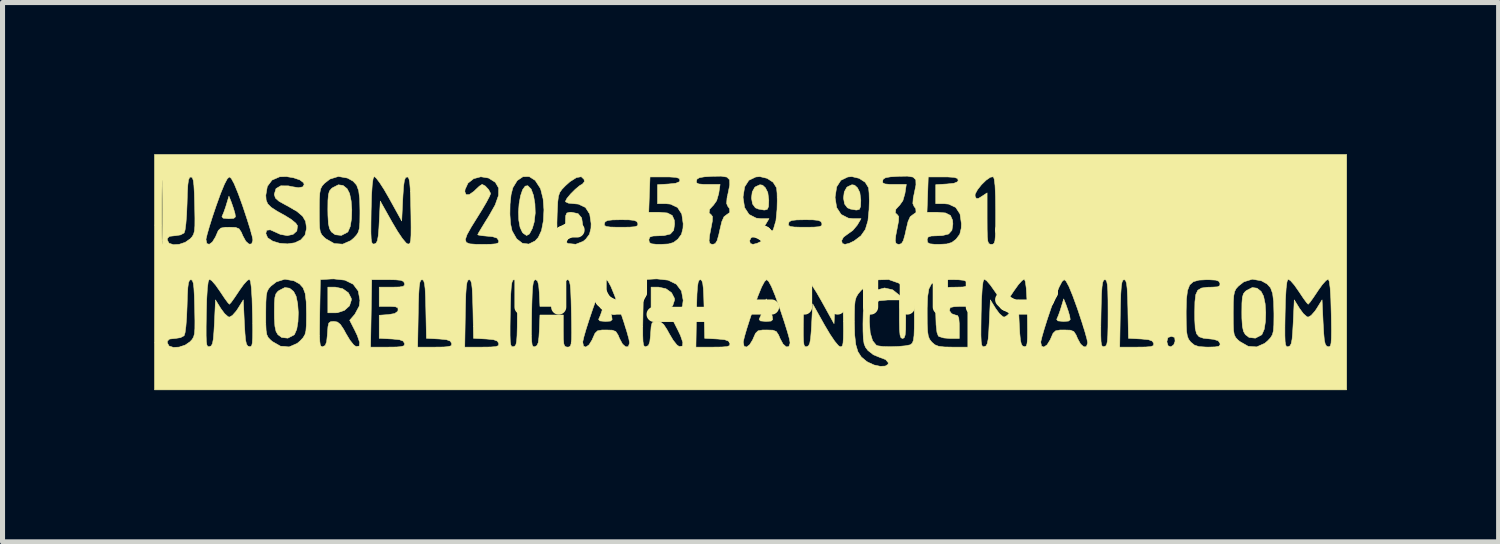
<source format=kicad_pcb>
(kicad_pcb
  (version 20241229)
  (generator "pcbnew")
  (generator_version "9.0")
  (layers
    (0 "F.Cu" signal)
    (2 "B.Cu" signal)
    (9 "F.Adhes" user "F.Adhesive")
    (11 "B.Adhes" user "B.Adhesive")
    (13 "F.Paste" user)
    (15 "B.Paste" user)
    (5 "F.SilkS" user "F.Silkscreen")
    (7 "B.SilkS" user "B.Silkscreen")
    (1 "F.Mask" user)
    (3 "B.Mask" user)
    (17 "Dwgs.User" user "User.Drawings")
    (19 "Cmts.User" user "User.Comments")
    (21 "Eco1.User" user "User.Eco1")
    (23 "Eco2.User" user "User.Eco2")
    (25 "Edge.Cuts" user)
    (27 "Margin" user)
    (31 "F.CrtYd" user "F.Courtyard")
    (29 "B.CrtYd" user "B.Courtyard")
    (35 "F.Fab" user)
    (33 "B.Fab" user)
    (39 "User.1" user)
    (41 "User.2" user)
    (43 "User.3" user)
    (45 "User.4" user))
  (footprint "info_2mm3"
    (layer "F.Cu")
    (at 11.774 2.333)
    (property "Reference" "info_2mm3" (at 0 0 0) (layer "F.SilkS") (effects (font (size 1.524 1.524) (thickness 0.3))))
    (attr through_hole)
    (fp_poly (pts (xy -8.047 0.327) (xy -7.934 0.407) (xy -7.877 0.517) (xy -7.874 0.55) (xy -7.912 0.666) (xy -8.012 0.756) (xy -8.15 0.802) (xy -8.191 0.804) (xy -8.34 0.804) (xy -8.34 0.296) (xy -8.191 0.296) (xy -8.047 0.327)) (stroke (width 0.01) (type solid)) (fill yes) (layer "F.SilkS"))
    (fp_poly (pts (xy -1.654 0.327) (xy -1.542 0.407) (xy -1.485 0.517) (xy -1.482 0.55) (xy -1.52 0.666) (xy -1.62 0.756) (xy -1.758 0.802) (xy -1.799 0.804) (xy -1.947 0.804) (xy -1.947 0.296) (xy -1.799 0.296) (xy -1.654 0.327)) (stroke (width 0.01) (type solid)) (fill yes) (layer "F.SilkS"))
    (fp_poly (pts (xy -10.249 -1.385) (xy -10.205 -1.258) (xy -10.177 -1.162) (xy -10.167 -1.094) (xy -10.2 -1.065) (xy -10.294 -1.058) (xy -10.306 -1.058) (xy -10.41 -1.068) (xy -10.435 -1.099) (xy -10.431 -1.107) (xy -10.401 -1.176) (xy -10.361 -1.289) (xy -10.349 -1.329) (xy -10.296 -1.503) (xy -10.249 -1.385)) (stroke (width 0.01) (type solid)) (fill yes) (layer "F.SilkS"))
    (fp_poly (pts (xy -2.799 0.647) (xy -2.754 0.774) (xy -2.726 0.87) (xy -2.717 0.938) (xy -2.749 0.967) (xy -2.844 0.974) (xy -2.855 0.974) (xy -2.96 0.964) (xy -2.985 0.933) (xy -2.981 0.925) (xy -2.95 0.856) (xy -2.911 0.743) (xy -2.898 0.703) (xy -2.845 0.529) (xy -2.799 0.647)) (stroke (width 0.01) (type solid)) (fill yes) (layer "F.SilkS"))
    (fp_poly (pts (xy 0.376 0.647) (xy 0.421 0.774) (xy 0.449 0.87) (xy 0.458 0.938) (xy 0.426 0.967) (xy 0.331 0.974) (xy 0.32 0.974) (xy 0.215 0.964) (xy 0.19 0.933) (xy 0.194 0.925) (xy 0.225 0.856) (xy 0.264 0.743) (xy 0.277 0.703) (xy 0.33 0.529) (xy 0.376 0.647)) (stroke (width 0.01) (type solid)) (fill yes) (layer "F.SilkS"))
    (fp_poly (pts (xy 6.261 0.647) (xy 6.305 0.774) (xy 6.333 0.87) (xy 6.343 0.938) (xy 6.31 0.967) (xy 6.216 0.974) (xy 6.204 0.974) (xy 6.1 0.964) (xy 6.075 0.933) (xy 6.079 0.925) (xy 6.109 0.856) (xy 6.149 0.743) (xy 6.161 0.703) (xy 6.214 0.529) (xy 6.261 0.647)) (stroke (width 0.01) (type solid)) (fill yes) (layer "F.SilkS"))
    (fp_poly (pts (xy -3.391 -1.158) (xy -3.32 -1.073) (xy -3.302 -0.953) (xy -3.329 -0.814) (xy -3.403 -0.734) (xy -3.471 -0.72) (xy -3.56 -0.748) (xy -3.59 -0.77) (xy -3.622 -0.842) (xy -3.639 -0.96) (xy -3.641 -1.003) (xy -3.636 -1.117) (xy -3.613 -1.17) (xy -3.555 -1.185) (xy -3.522 -1.185) (xy -3.391 -1.158)) (stroke (width 0.01) (type solid)) (fill yes) (layer "F.SilkS"))
    (fp_poly (pts (xy 0.259 -1.72) (xy 0.314 -1.669) (xy 0.362 -1.575) (xy 0.381 -1.428) (xy 0.381 -1.415) (xy 0.376 -1.298) (xy 0.353 -1.244) (xy 0.302 -1.229) (xy 0.286 -1.229) (xy 0.173 -1.249) (xy 0.116 -1.273) (xy 0.06 -1.349) (xy 0.039 -1.466) (xy 0.054 -1.587) (xy 0.103 -1.677) (xy 0.124 -1.692) (xy 0.206 -1.729) (xy 0.259 -1.72)) (stroke (width 0.01) (type solid)) (fill yes) (layer "F.SilkS"))
    (fp_poly (pts (xy 2.079 -1.72) (xy 2.135 -1.669) (xy 2.182 -1.575) (xy 2.201 -1.428) (xy 2.201 -1.415) (xy 2.196 -1.298) (xy 2.174 -1.244) (xy 2.122 -1.229) (xy 2.106 -1.229) (xy 1.994 -1.249) (xy 1.937 -1.273) (xy 1.88 -1.349) (xy 1.859 -1.466) (xy 1.874 -1.587) (xy 1.923 -1.677) (xy 1.945 -1.692) (xy 2.026 -1.729) (xy 2.079 -1.72)) (stroke (width 0.01) (type solid)) (fill yes) (layer "F.SilkS"))
    (fp_poly (pts (xy -4.319 -1.644) (xy -4.272 -1.517) (xy -4.244 -1.351) (xy -4.238 -1.169) (xy -4.258 -0.993) (xy -4.295 -0.866) (xy -4.353 -0.756) (xy -4.409 -0.725) (xy -4.474 -0.768) (xy -4.492 -0.788) (xy -4.538 -0.886) (xy -4.563 -1.025) (xy -4.569 -1.188) (xy -4.557 -1.355) (xy -4.529 -1.509) (xy -4.488 -1.631) (xy -4.436 -1.702) (xy -4.385 -1.71) (xy -4.319 -1.644)) (stroke (width 0.01) (type solid)) (fill yes) (layer "F.SilkS"))
    (fp_poly (pts (xy -9.097 0.317) (xy -9.017 0.381) (xy -8.968 0.475) (xy -8.937 0.623) (xy -8.924 0.799) (xy -8.93 0.976) (xy -8.955 1.129) (xy -8.999 1.231) (xy -9.01 1.242) (xy -9.131 1.305) (xy -9.253 1.291) (xy -9.328 1.235) (xy -9.365 1.171) (xy -9.387 1.069) (xy -9.397 0.911) (xy -9.398 0.793) (xy -9.396 0.613) (xy -9.387 0.498) (xy -9.366 0.427) (xy -9.33 0.382) (xy -9.304 0.362) (xy -9.19 0.304) (xy -9.097 0.317)) (stroke (width 0.01) (type solid)) (fill yes) (layer "F.SilkS"))
    (fp_poly (pts (xy -8.039 -1.715) (xy -7.959 -1.651) (xy -7.91 -1.557) (xy -7.879 -1.409) (xy -7.866 -1.233) (xy -7.872 -1.056) (xy -7.897 -0.903) (xy -7.941 -0.801) (xy -7.951 -0.79) (xy -8.072 -0.727) (xy -8.195 -0.741) (xy -8.27 -0.797) (xy -8.307 -0.861) (xy -8.329 -0.963) (xy -8.338 -1.121) (xy -8.34 -1.239) (xy -8.338 -1.419) (xy -8.328 -1.534) (xy -8.308 -1.605) (xy -8.271 -1.65) (xy -8.246 -1.67) (xy -8.132 -1.728) (xy -8.039 -1.715)) (stroke (width 0.01) (type solid)) (fill yes) (layer "F.SilkS"))
    (fp_poly (pts (xy 10.038 0.317) (xy 10.118 0.381) (xy 10.167 0.475) (xy 10.198 0.623) (xy 10.21 0.799) (xy 10.204 0.976) (xy 10.18 1.129) (xy 10.136 1.231) (xy 10.125 1.242) (xy 10.004 1.305) (xy 9.881 1.291) (xy 9.807 1.235) (xy 9.77 1.171) (xy 9.748 1.069) (xy 9.738 0.911) (xy 9.737 0.793) (xy 9.739 0.613) (xy 9.748 0.498) (xy 9.769 0.427) (xy 9.805 0.382) (xy 9.831 0.362) (xy 9.944 0.304) (xy 10.038 0.317)) (stroke (width 0.01) (type solid)) (fill yes) (layer "F.SilkS"))
    (fp_poly (pts (xy 11.811 2.328) (xy -11.769 2.328) (xy -11.769 1.397) (xy -11.515 1.397) (xy -11.48 1.46) (xy -11.394 1.488) (xy -11.288 1.482) (xy -7.495 1.482) (xy -7.152 1.482) (xy -6.564 1.482) (xy -6.221 1.482) (xy -5.632 1.482) (xy -5.29 1.482) (xy -5.12 1.48) (xy -5.018 1.472) (xy -4.97 1.454) (xy -4.959 1.422) (xy -4.961 1.408) (xy -4.988 1.363) (xy -5.061 1.336) (xy -5.197 1.322) (xy -5.217 1.321) (xy -5.459 1.308) (xy -5.46 1.249) (xy -4.736 1.249) (xy -4.732 1.368) (xy -4.722 1.437) (xy -4.705 1.469) (xy -4.68 1.475) (xy -4.668 1.474) (xy -4.64 1.461) (xy -4.619 1.429) (xy -4.606 1.363) (xy -4.598 1.252) (xy -4.598 1.249) (xy -4.313 1.249) (xy -4.308 1.368) (xy -4.299 1.437) (xy -4.282 1.469) (xy -4.257 1.476) (xy -4.245 1.474) (xy -4.205 1.452) (xy -4.179 1.395) (xy -4.165 1.284) (xy -4.157 1.153) (xy -4.145 0.847) (xy -3.683 0.847) (xy -3.683 1.164) (xy -3.681 1.326) (xy -3.672 1.422) (xy -3.651 1.467) (xy -3.614 1.481) (xy -3.597 1.482) (xy -1.06 1.482) (xy -0.718 1.482) (xy -0.548 1.48) (xy -0.446 1.472) (xy -0.398 1.454) (xy -0.387 1.422) (xy -0.389 1.408) (xy -0.402 1.386) (xy -0.124 1.386) (xy -0.107 1.466) (xy -0.06 1.481) (xy 0.002 1.436) (xy 0.063 1.337) (xy 0.073 1.312) (xy 0.119 1.209) (xy 0.169 1.16) (xy 0.255 1.144) (xy 0.339 1.143) (xy 0.461 1.147) (xy 0.53 1.174) (xy 0.575 1.242) (xy 0.604 1.312) (xy 0.663 1.421) (xy 0.726 1.477) (xy 0.777 1.474) (xy 0.801 1.407) (xy 0.801 1.386) (xy 0.787 1.313) (xy 0.77 1.251) (xy 1.064 1.251) (xy 1.068 1.369) (xy 1.078 1.438) (xy 1.095 1.469) (xy 1.12 1.476) (xy 1.131 1.474) (xy 1.167 1.456) (xy 1.191 1.408) (xy 1.208 1.314) (xy 1.221 1.16) (xy 1.228 1.043) (xy 1.249 0.626) (xy 1.482 1.043) (xy 1.59 1.225) (xy 1.685 1.366) (xy 1.758 1.453) (xy 1.79 1.474) (xy 1.818 1.474) (xy 1.838 1.453) (xy 1.85 1.399) (xy 1.856 1.301) (xy 1.858 1.147) (xy 1.856 0.977) (xy 2.074 0.977) (xy 2.08 1.239) (xy 2.102 1.433) (xy 2.144 1.573) (xy 2.211 1.677) (xy 2.31 1.76) (xy 2.341 1.78) (xy 2.464 1.836) (xy 2.587 1.862) (xy 2.686 1.857) (xy 2.741 1.822) (xy 2.744 1.79) (xy 2.693 1.729) (xy 2.583 1.688) (xy 2.451 1.634) (xy 2.34 1.547) (xy 2.34 1.546) (xy 2.294 1.485) (xy 2.266 1.415) (xy 2.251 1.315) (xy 2.245 1.165) (xy 2.244 1.023) (xy 2.249 0.792) (xy 2.271 0.628) (xy 2.314 0.513) (xy 2.387 0.43) (xy 2.497 0.36) (xy 2.503 0.357) (xy 2.671 0.312) (xy 2.833 0.35) (xy 2.979 0.467) (xy 2.983 0.472) (xy 3.037 0.544) (xy 3.069 0.62) (xy 3.085 0.724) (xy 3.09 0.88) (xy 3.09 0.956) (xy 3.088 1.135) (xy 3.078 1.244) (xy 3.058 1.298) (xy 3.027 1.312) (xy 2.996 1.297) (xy 2.977 1.243) (xy 2.967 1.135) (xy 2.963 0.959) (xy 2.963 0.931) (xy 2.963 0.55) (xy 2.733 0.55) (xy 2.566 0.565) (xy 2.458 0.619) (xy 2.397 0.723) (xy 2.373 0.891) (xy 2.371 0.981) (xy 2.387 1.198) (xy 2.434 1.355) (xy 2.507 1.444) (xy 2.536 1.456) (xy 2.637 1.47) (xy 2.783 1.474) (xy 2.942 1.469) (xy 3.083 1.456) (xy 3.177 1.437) (xy 3.186 1.433) (xy 3.219 1.404) (xy 3.241 1.349) (xy 3.254 1.252) (xy 3.259 1.097) (xy 3.26 0.952) (xy 3.259 0.817) (xy 3.514 0.817) (xy 3.515 1.026) (xy 3.522 1.169) (xy 3.536 1.263) (xy 3.561 1.327) (xy 3.601 1.378) (xy 3.606 1.384) (xy 3.666 1.436) (xy 3.739 1.465) (xy 3.851 1.479) (xy 4.008 1.482) (xy 4.318 1.482) (xy 7.322 1.482) (xy 7.664 1.482) (xy 7.834 1.48) (xy 7.936 1.472) (xy 7.984 1.454) (xy 7.995 1.422) (xy 7.993 1.408) (xy 7.976 1.379) (xy 8.255 1.379) (xy 8.279 1.457) (xy 8.333 1.476) (xy 8.389 1.438) (xy 8.417 1.365) (xy 8.409 1.29) (xy 8.343 1.27) (xy 8.343 1.27) (xy 8.275 1.293) (xy 8.255 1.373) (xy 8.255 1.379) (xy 7.976 1.379) (xy 7.966 1.363) (xy 7.893 1.336) (xy 7.757 1.322) (xy 7.737 1.321) (xy 7.495 1.308) (xy 7.485 0.817) (xy 8.636 0.817) (xy 8.638 1.026) (xy 8.644 1.169) (xy 8.659 1.263) (xy 8.684 1.327) (xy 8.723 1.378) (xy 8.728 1.384) (xy 8.799 1.442) (xy 8.889 1.472) (xy 9.027 1.481) (xy 9.07 1.482) (xy 9.21 1.478) (xy 9.283 1.465) (xy 9.307 1.435) (xy 9.305 1.408) (xy 9.27 1.356) (xy 9.176 1.328) (xy 9.102 1.32) (xy 8.976 1.306) (xy 8.892 1.277) (xy 8.841 1.217) (xy 8.815 1.111) (xy 8.806 0.945) (xy 8.805 0.82) (xy 9.567 0.82) (xy 9.568 1.018) (xy 9.573 1.15) (xy 9.587 1.235) (xy 9.615 1.292) (xy 9.66 1.34) (xy 9.698 1.372) (xy 9.863 1.466) (xy 10.03 1.478) (xy 10.189 1.408) (xy 10.248 1.358) (xy 10.305 1.297) (xy 10.333 1.251) (xy 10.589 1.251) (xy 10.593 1.369) (xy 10.603 1.438) (xy 10.62 1.469) (xy 10.645 1.476) (xy 10.656 1.474) (xy 10.69 1.457) (xy 10.714 1.412) (xy 10.731 1.324) (xy 10.743 1.178) (xy 10.753 1.004) (xy 10.774 0.548) (xy 10.879 0.718) (xy 10.954 0.82) (xy 11.024 0.881) (xy 11.049 0.889) (xy 11.108 0.856) (xy 11.183 0.771) (xy 11.219 0.718) (xy 11.324 0.548) (xy 11.345 1.004) (xy 11.357 1.208) (xy 11.369 1.343) (xy 11.387 1.422) (xy 11.413 1.462) (xy 11.442 1.474) (xy 11.47 1.474) (xy 11.49 1.453) (xy 11.502 1.4) (xy 11.508 1.302) (xy 11.51 1.147) (xy 11.507 0.924) (xy 11.505 0.822) (xy 11.497 0.526) (xy 11.484 0.313) (xy 11.467 0.184) (xy 11.446 0.139) (xy 11.402 0.165) (xy 11.329 0.246) (xy 11.243 0.366) (xy 11.235 0.379) (xy 11.151 0.504) (xy 11.086 0.595) (xy 11.05 0.634) (xy 11.049 0.634) (xy 11.017 0.601) (xy 10.954 0.515) (xy 10.872 0.392) (xy 10.863 0.379) (xy 10.777 0.256) (xy 10.702 0.17) (xy 10.654 0.139) (xy 10.652 0.139) (xy 10.63 0.19) (xy 10.613 0.324) (xy 10.6 0.542) (xy 10.593 0.822) (xy 10.589 1.073) (xy 10.589 1.251) (xy 10.333 1.251) (xy 10.341 1.239) (xy 10.361 1.162) (xy 10.37 1.046) (xy 10.372 0.872) (xy 10.372 0.817) (xy 10.366 0.585) (xy 10.346 0.421) (xy 10.305 0.309) (xy 10.236 0.233) (xy 10.134 0.176) (xy 10.12 0.17) (xy 9.945 0.139) (xy 9.777 0.191) (xy 9.67 0.275) (xy 9.623 0.327) (xy 9.594 0.385) (xy 9.577 0.469) (xy 9.569 0.596) (xy 9.567 0.786) (xy 9.567 0.82) (xy 8.805 0.82) (xy 8.805 0.801) (xy 8.809 0.587) (xy 8.826 0.444) (xy 8.866 0.358) (xy 8.938 0.314) (xy 9.052 0.298) (xy 9.144 0.296) (xy 9.256 0.29) (xy 9.302 0.266) (xy 9.305 0.222) (xy 9.281 0.179) (xy 9.218 0.157) (xy 9.096 0.15) (xy 9.043 0.149) (xy 8.889 0.157) (xy 8.779 0.188) (xy 8.706 0.252) (xy 8.663 0.363) (xy 8.642 0.532) (xy 8.636 0.771) (xy 8.636 0.817) (xy 7.485 0.817) (xy 7.484 0.728) (xy 7.477 0.491) (xy 7.469 0.327) (xy 7.457 0.223) (xy 7.439 0.168) (xy 7.415 0.149) (xy 7.408 0.148) (xy 7.384 0.16) (xy 7.366 0.204) (xy 7.353 0.29) (xy 7.343 0.431) (xy 7.337 0.638) (xy 7.333 0.815) (xy 7.322 1.482) (xy 4.318 1.482) (xy 4.318 1.251) (xy 4.577 1.251) (xy 4.582 1.369) (xy 4.592 1.438) (xy 4.608 1.469) (xy 4.633 1.476) (xy 4.645 1.474) (xy 4.679 1.457) (xy 4.703 1.412) (xy 4.72 1.324) (xy 4.732 1.178) (xy 4.741 1.004) (xy 4.763 0.548) (xy 4.868 0.718) (xy 4.943 0.82) (xy 5.013 0.881) (xy 5.038 0.889) (xy 5.097 0.856) (xy 5.172 0.771) (xy 5.208 0.718) (xy 5.313 0.548) (xy 5.334 1.004) (xy 5.345 1.208) (xy 5.358 1.343) (xy 5.376 1.422) (xy 5.401 1.462) (xy 5.43 1.474) (xy 5.459 1.474) (xy 5.478 1.453) (xy 5.491 1.4) (xy 5.492 1.386) (xy 5.76 1.386) (xy 5.777 1.466) (xy 5.824 1.481) (xy 5.886 1.436) (xy 5.947 1.337) (xy 5.958 1.312) (xy 6.003 1.209) (xy 6.054 1.16) (xy 6.139 1.144) (xy 6.223 1.143) (xy 6.346 1.147) (xy 6.414 1.174) (xy 6.459 1.242) (xy 6.488 1.312) (xy 6.548 1.421) (xy 6.611 1.477) (xy 6.662 1.474) (xy 6.686 1.407) (xy 6.686 1.386) (xy 6.671 1.313) (xy 6.653 1.249) (xy 6.948 1.249) (xy 6.952 1.368) (xy 6.962 1.437) (xy 6.979 1.469) (xy 7.004 1.475) (xy 7.016 1.474) (xy 7.044 1.461) (xy 7.065 1.429) (xy 7.078 1.363) (xy 7.086 1.252) (xy 7.09 1.083) (xy 7.091 0.843) (xy 7.091 0.804) (xy 7.09 0.551) (xy 7.086 0.371) (xy 7.078 0.252) (xy 7.064 0.183) (xy 7.045 0.153) (xy 7.027 0.148) (xy 7.003 0.16) (xy 6.985 0.204) (xy 6.972 0.29) (xy 6.962 0.43) (xy 6.956 0.636) (xy 6.952 0.818) (xy 6.948 1.07) (xy 6.948 1.249) (xy 6.653 1.249) (xy 6.633 1.177) (xy 6.577 0.997) (xy 6.508 0.789) (xy 6.485 0.72) (xy 6.391 0.462) (xy 6.317 0.282) (xy 6.261 0.179) (xy 6.223 0.148) (xy 6.182 0.184) (xy 6.125 0.292) (xy 6.049 0.476) (xy 5.961 0.72) (xy 5.889 0.933) (xy 5.829 1.124) (xy 5.785 1.276) (xy 5.762 1.371) (xy 5.76 1.386) (xy 5.492 1.386) (xy 5.497 1.302) (xy 5.498 1.147) (xy 5.496 0.924) (xy 5.494 0.822) (xy 5.486 0.526) (xy 5.473 0.313) (xy 5.455 0.184) (xy 5.435 0.139) (xy 5.391 0.165) (xy 5.318 0.246) (xy 5.232 0.366) (xy 5.223 0.379) (xy 5.14 0.504) (xy 5.074 0.595) (xy 5.039 0.634) (xy 5.038 0.634) (xy 5.006 0.601) (xy 4.943 0.515) (xy 4.861 0.392) (xy 4.852 0.379) (xy 4.765 0.256) (xy 4.691 0.17) (xy 4.643 0.139) (xy 4.64 0.139) (xy 4.619 0.19) (xy 4.602 0.324) (xy 4.589 0.542) (xy 4.581 0.822) (xy 4.578 1.073) (xy 4.577 1.251) (xy 4.318 1.251) (xy 4.318 0.677) (xy 4.156 0.677) (xy 4.045 0.683) (xy 3.975 0.698) (xy 3.968 0.703) (xy 3.955 0.762) (xy 3.997 0.821) (xy 4.069 0.847) (xy 4.115 0.858) (xy 4.139 0.906) (xy 4.148 1.009) (xy 4.149 1.079) (xy 4.149 1.312) (xy 3.967 1.312) (xy 3.842 1.301) (xy 3.75 1.273) (xy 3.734 1.262) (xy 3.707 1.189) (xy 3.69 1.04) (xy 3.683 0.82) (xy 3.683 0.797) (xy 3.686 0.585) (xy 3.704 0.443) (xy 3.746 0.357) (xy 3.826 0.314) (xy 3.954 0.298) (xy 4.085 0.296) (xy 4.222 0.293) (xy 4.291 0.278) (xy 4.312 0.246) (xy 4.31 0.222) (xy 4.289 0.183) (xy 4.236 0.161) (xy 4.131 0.15) (xy 3.985 0.148) (xy 3.808 0.154) (xy 3.681 0.178) (xy 3.597 0.234) (xy 3.547 0.332) (xy 3.522 0.487) (xy 3.514 0.709) (xy 3.514 0.817) (xy 3.259 0.817) (xy 3.259 0.754) (xy 3.253 0.619) (xy 3.237 0.529) (xy 3.207 0.461) (xy 3.159 0.397) (xy 3.129 0.362) (xy 2.951 0.216) (xy 2.752 0.146) (xy 2.547 0.152) (xy 2.35 0.235) (xy 2.205 0.362) (xy 2.148 0.43) (xy 2.111 0.492) (xy 2.089 0.566) (xy 2.078 0.673) (xy 2.075 0.832) (xy 2.074 0.977) (xy 1.856 0.977) (xy 1.855 0.924) (xy 1.853 0.818) (xy 1.848 0.561) (xy 1.84 0.378) (xy 1.83 0.256) (xy 1.815 0.185) (xy 1.795 0.153) (xy 1.778 0.148) (xy 1.748 0.164) (xy 1.726 0.221) (xy 1.71 0.332) (xy 1.697 0.51) (xy 1.693 0.583) (xy 1.672 1.019) (xy 1.424 0.571) (xy 1.325 0.399) (xy 1.236 0.261) (xy 1.168 0.17) (xy 1.129 0.139) (xy 1.128 0.139) (xy 1.106 0.184) (xy 1.089 0.306) (xy 1.077 0.506) (xy 1.068 0.788) (xy 1.068 0.822) (xy 1.064 1.073) (xy 1.064 1.251) (xy 0.77 1.251) (xy 0.749 1.177) (xy 0.693 0.997) (xy 0.624 0.789) (xy 0.6 0.72) (xy 0.507 0.462) (xy 0.433 0.282) (xy 0.376 0.179) (xy 0.339 0.148) (xy 0.298 0.184) (xy 0.24 0.292) (xy 0.165 0.476) (xy 0.077 0.72) (xy 0.005 0.933) (xy -0.056 1.124) (xy -0.1 1.276) (xy -0.122 1.371) (xy -0.124 1.386) (xy -0.402 1.386) (xy -0.416 1.363) (xy -0.489 1.336) (xy -0.625 1.322) (xy -0.645 1.321) (xy -0.887 1.308) (xy -0.898 0.728) (xy -0.905 0.491) (xy -0.913 0.327) (xy -0.925 0.223) (xy -0.943 0.168) (xy -0.967 0.149) (xy -0.974 0.148) (xy -0.998 0.16) (xy -1.016 0.204) (xy -1.029 0.29) (xy -1.039 0.431) (xy -1.045 0.638) (xy -1.049 0.815) (xy -1.06 1.482) (xy -3.597 1.482) (xy -3.565 1.478) (xy -3.542 1.459) (xy -3.528 1.413) (xy -3.526 1.386) (xy -3.299 1.386) (xy -3.282 1.466) (xy -3.235 1.481) (xy -3.173 1.436) (xy -3.112 1.337) (xy -3.102 1.312) (xy -3.056 1.209) (xy -3.006 1.16) (xy -2.92 1.144) (xy -2.836 1.143) (xy -2.714 1.147) (xy -2.645 1.174) (xy -2.6 1.242) (xy -2.571 1.312) (xy -2.512 1.421) (xy -2.449 1.477) (xy -2.398 1.474) (xy -2.374 1.407) (xy -2.374 1.386) (xy -2.388 1.313) (xy -2.406 1.249) (xy -2.111 1.249) (xy -2.107 1.368) (xy -2.097 1.437) (xy -2.08 1.469) (xy -2.056 1.476) (xy -2.044 1.474) (xy -1.998 1.448) (xy -1.972 1.377) (xy -1.957 1.244) (xy -1.956 1.217) (xy -1.946 1.08) (xy -1.928 1.007) (xy -1.892 0.979) (xy -1.829 0.974) (xy -1.759 0.986) (xy -1.699 1.033) (xy -1.634 1.132) (xy -1.587 1.217) (xy -1.511 1.345) (xy -1.437 1.438) (xy -1.386 1.474) (xy -1.326 1.461) (xy -1.319 1.389) (xy -1.365 1.254) (xy -1.414 1.151) (xy -1.515 0.951) (xy -1.414 0.833) (xy -1.327 0.671) (xy -1.312 0.557) (xy -1.346 0.372) (xy -1.447 0.238) (xy -1.609 0.158) (xy -1.832 0.133) (xy -1.888 0.135) (xy -2.095 0.148) (xy -2.107 0.818) (xy -2.111 1.07) (xy -2.111 1.249) (xy -2.406 1.249) (xy -2.426 1.177) (xy -2.482 0.997) (xy -2.551 0.789) (xy -2.575 0.72) (xy -2.668 0.462) (xy -2.742 0.282) (xy -2.799 0.179) (xy -2.836 0.148) (xy -2.877 0.184) (xy -2.935 0.292) (xy -3.01 0.476) (xy -3.098 0.72) (xy -3.17 0.933) (xy -3.231 1.124) (xy -3.275 1.276) (xy -3.297 1.371) (xy -3.299 1.386) (xy -3.526 1.386) (xy -3.52 1.327) (xy -3.518 1.189) (xy -3.52 0.986) (xy -3.523 0.815) (xy -3.529 0.559) (xy -3.536 0.376) (xy -3.546 0.255) (xy -3.561 0.185) (xy -3.581 0.153) (xy -3.598 0.148) (xy -3.636 0.17) (xy -3.66 0.245) (xy -3.673 0.388) (xy -3.674 0.413) (xy -3.687 0.677) (xy -4.145 0.677) (xy -4.157 0.413) (xy -4.17 0.26) (xy -4.192 0.176) (xy -4.227 0.149) (xy -4.233 0.148) (xy -4.258 0.16) (xy -4.276 0.204) (xy -4.289 0.29) (xy -4.298 0.43) (xy -4.305 0.636) (xy -4.309 0.818) (xy -4.312 1.07) (xy -4.313 1.249) (xy -4.598 1.249) (xy -4.594 1.083) (xy -4.593 0.843) (xy -4.593 0.804) (xy -4.594 0.551) (xy -4.598 0.371) (xy -4.606 0.252) (xy -4.62 0.183) (xy -4.639 0.153) (xy -4.657 0.148) (xy -4.681 0.16) (xy -4.699 0.204) (xy -4.712 0.29) (xy -4.722 0.43) (xy -4.728 0.636) (xy -4.732 0.818) (xy -4.736 1.07) (xy -4.736 1.249) (xy -5.46 1.249) (xy -5.47 0.728) (xy -5.477 0.491) (xy -5.485 0.327) (xy -5.497 0.223) (xy -5.515 0.168) (xy -5.539 0.149) (xy -5.546 0.148) (xy -5.57 0.16) (xy -5.588 0.204) (xy -5.601 0.29) (xy -5.611 0.431) (xy -5.617 0.638) (xy -5.621 0.815) (xy -5.632 1.482) (xy -6.221 1.482) (xy -6.051 1.48) (xy -5.95 1.472) (xy -5.901 1.454) (xy -5.89 1.422) (xy -5.892 1.408) (xy -5.919 1.363) (xy -5.992 1.336) (xy -6.128 1.322) (xy -6.148 1.321) (xy -6.39 1.308) (xy -6.402 0.728) (xy -6.408 0.491) (xy -6.416 0.327) (xy -6.429 0.223) (xy -6.446 0.168) (xy -6.471 0.149) (xy -6.477 0.148) (xy -6.502 0.16) (xy -6.52 0.204) (xy -6.533 0.29) (xy -6.542 0.431) (xy -6.549 0.638) (xy -6.552 0.815) (xy -6.564 1.482) (xy -7.152 1.482) (xy -6.982 1.48) (xy -6.881 1.472) (xy -6.833 1.454) (xy -6.822 1.422) (xy -6.824 1.408) (xy -6.851 1.363) (xy -6.923 1.336) (xy -7.059 1.322) (xy -7.081 1.321) (xy -7.324 1.308) (xy -7.324 0.852) (xy -7.144 0.839) (xy -7.018 0.818) (xy -6.959 0.775) (xy -6.951 0.751) (xy -6.955 0.705) (xy -7.006 0.683) (xy -7.12 0.677) (xy -7.13 0.677) (xy -7.324 0.677) (xy -7.324 0.296) (xy -7.067 0.296) (xy -6.924 0.293) (xy -6.848 0.28) (xy -6.822 0.252) (xy -6.824 0.222) (xy -6.843 0.184) (xy -6.896 0.161) (xy -6.999 0.151) (xy -7.155 0.148) (xy -7.472 0.148) (xy -7.483 0.815) (xy -7.495 1.482) (xy -11.288 1.482) (xy -11.279 1.481) (xy -11.16 1.441) (xy -11.067 1.377) (xy -11.024 1.331) (xy -10.996 1.283) (xy -10.987 1.251) (xy -10.747 1.251) (xy -10.743 1.369) (xy -10.733 1.438) (xy -10.716 1.469) (xy -10.691 1.476) (xy -10.68 1.474) (xy -10.646 1.457) (xy -10.622 1.412) (xy -10.605 1.324) (xy -10.593 1.178) (xy -10.583 1.004) (xy -10.562 0.548) (xy -10.457 0.718) (xy -10.382 0.82) (xy -10.312 0.881) (xy -10.287 0.889) (xy -10.228 0.856) (xy -10.153 0.771) (xy -10.117 0.718) (xy -10.012 0.548) (xy -9.991 1.004) (xy -9.979 1.208) (xy -9.967 1.343) (xy -9.949 1.422) (xy -9.923 1.462) (xy -9.894 1.474) (xy -9.866 1.474) (xy -9.846 1.453) (xy -9.834 1.4) (xy -9.828 1.302) (xy -9.826 1.147) (xy -9.829 0.924) (xy -9.831 0.822) (xy -9.831 0.82) (xy -9.567 0.82) (xy -9.567 1.018) (xy -9.561 1.15) (xy -9.547 1.235) (xy -9.52 1.292) (xy -9.474 1.34) (xy -9.437 1.372) (xy -9.272 1.466) (xy -9.104 1.478) (xy -8.945 1.408) (xy -8.887 1.358) (xy -8.83 1.297) (xy -8.801 1.249) (xy -8.504 1.249) (xy -8.499 1.368) (xy -8.49 1.437) (xy -8.473 1.469) (xy -8.448 1.476) (xy -8.436 1.474) (xy -8.391 1.448) (xy -8.364 1.377) (xy -8.35 1.244) (xy -8.348 1.217) (xy -8.338 1.08) (xy -8.321 1.007) (xy -8.284 0.979) (xy -8.221 0.974) (xy -8.151 0.986) (xy -8.092 1.033) (xy -8.026 1.132) (xy -7.98 1.217) (xy -7.903 1.345) (xy -7.829 1.438) (xy -7.779 1.474) (xy -7.719 1.461) (xy -7.711 1.389) (xy -7.757 1.254) (xy -7.806 1.151) (xy -7.908 0.951) (xy -7.806 0.833) (xy -7.719 0.671) (xy -7.705 0.557) (xy -7.739 0.372) (xy -7.839 0.238) (xy -8.002 0.158) (xy -8.224 0.133) (xy -8.281 0.135) (xy -8.488 0.148) (xy -8.5 0.818) (xy -8.503 1.07) (xy -8.504 1.249) (xy -8.801 1.249) (xy -8.794 1.239) (xy -8.774 1.162) (xy -8.765 1.046) (xy -8.763 0.872) (xy -8.763 0.817) (xy -8.768 0.585) (xy -8.788 0.421) (xy -8.83 0.309) (xy -8.898 0.233) (xy -9 0.176) (xy -9.014 0.17) (xy -9.19 0.139) (xy -9.357 0.191) (xy -9.465 0.275) (xy -9.511 0.327) (xy -9.541 0.385) (xy -9.558 0.469) (xy -9.565 0.596) (xy -9.567 0.786) (xy -9.567 0.82) (xy -9.831 0.82) (xy -9.839 0.526) (xy -9.852 0.313) (xy -9.869 0.184) (xy -9.89 0.139) (xy -9.934 0.165) (xy -10.007 0.246) (xy -10.093 0.366) (xy -10.101 0.379) (xy -10.185 0.504) (xy -10.25 0.595) (xy -10.286 0.634) (xy -10.287 0.634) (xy -10.319 0.601) (xy -10.382 0.515) (xy -10.464 0.392) (xy -10.473 0.379) (xy -10.559 0.256) (xy -10.634 0.17) (xy -10.682 0.139) (xy -10.684 0.139) (xy -10.706 0.19) (xy -10.723 0.324) (xy -10.736 0.542) (xy -10.743 0.822) (xy -10.747 1.073) (xy -10.747 1.251) (xy -10.987 1.251) (xy -10.978 1.217) (xy -10.97 1.117) (xy -10.969 0.966) (xy -10.973 0.75) (xy -10.974 0.71) (xy -10.98 0.477) (xy -10.989 0.317) (xy -11.001 0.217) (xy -11.02 0.165) (xy -11.045 0.148) (xy -11.049 0.148) (xy -11.076 0.162) (xy -11.096 0.21) (xy -11.109 0.307) (xy -11.118 0.464) (xy -11.124 0.675) (xy -11.133 0.89) (xy -11.147 1.071) (xy -11.164 1.199) (xy -11.183 1.257) (xy -11.254 1.295) (xy -11.365 1.312) (xy -11.372 1.312) (xy -11.472 1.323) (xy -11.511 1.362) (xy -11.515 1.397) (xy -11.769 1.397) (xy -11.769 -1.185) (xy -11.623 -1.185) (xy -11.623 -0.931) (xy -11.622 -0.737) (xy -11.62 -0.608) (xy -11.617 -0.549) (xy -11.614 -0.564) (xy -11.611 -0.635) (xy -11.515 -0.635) (xy -11.48 -0.572) (xy -11.394 -0.544) (xy -11.279 -0.551) (xy -11.16 -0.591) (xy -11.081 -0.646) (xy -10.75 -0.646) (xy -10.733 -0.566) (xy -10.686 -0.551) (xy -10.624 -0.596) (xy -10.563 -0.695) (xy -10.552 -0.72) (xy -10.507 -0.823) (xy -10.456 -0.872) (xy -10.371 -0.888) (xy -10.287 -0.889) (xy -10.164 -0.885) (xy -10.096 -0.858) (xy -10.051 -0.79) (xy -10.022 -0.72) (xy -9.962 -0.611) (xy -9.899 -0.555) (xy -9.848 -0.558) (xy -9.824 -0.625) (xy -9.824 -0.646) (xy -9.839 -0.719) (xy -9.877 -0.855) (xy -9.933 -1.035) (xy -10.002 -1.243) (xy -10.025 -1.312) (xy -10.1 -1.52) (xy -9.567 -1.52) (xy -9.56 -1.425) (xy -9.529 -1.351) (xy -9.46 -1.282) (xy -9.34 -1.204) (xy -9.191 -1.122) (xy -9.065 -1.044) (xy -8.974 -0.969) (xy -8.94 -0.919) (xy -8.953 -0.815) (xy -9.027 -0.748) (xy -9.142 -0.723) (xy -9.28 -0.748) (xy -9.356 -0.783) (xy -9.479 -0.838) (xy -9.548 -0.829) (xy -9.567 -0.767) (xy -9.53 -0.68) (xy -9.431 -0.614) (xy -9.294 -0.572) (xy -9.14 -0.56) (xy -8.993 -0.581) (xy -8.875 -0.638) (xy -8.792 -0.731) (xy -8.764 -0.854) (xy -8.763 -0.885) (xy -8.78 -1.005) (xy -8.839 -1.107) (xy -8.952 -1.203) (xy -8.967 -1.212) (xy -8.509 -1.212) (xy -8.508 -1.014) (xy -8.503 -0.882) (xy -8.489 -0.797) (xy -8.461 -0.74) (xy -8.416 -0.692) (xy -8.379 -0.66) (xy -8.213 -0.566) (xy -8.046 -0.554) (xy -7.887 -0.624) (xy -7.828 -0.674) (xy -7.772 -0.735) (xy -7.743 -0.781) (xy -7.488 -0.781) (xy -7.483 -0.663) (xy -7.473 -0.594) (xy -7.457 -0.563) (xy -7.432 -0.556) (xy -7.42 -0.558) (xy -7.384 -0.576) (xy -7.36 -0.624) (xy -7.343 -0.718) (xy -7.33 -0.872) (xy -7.324 -0.989) (xy -7.303 -1.406) (xy -7.069 -0.989) (xy -6.961 -0.807) (xy -6.866 -0.666) (xy -6.793 -0.579) (xy -6.761 -0.558) (xy -6.733 -0.558) (xy -6.714 -0.579) (xy -6.701 -0.633) (xy -6.695 -0.731) (xy -6.694 -0.885) (xy -6.696 -1.108) (xy -6.698 -1.214) (xy -6.704 -1.471) (xy -6.709 -1.59) (xy -5.63 -1.59) (xy -5.605 -1.532) (xy -5.54 -1.536) (xy -5.449 -1.6) (xy -5.419 -1.63) (xy -5.343 -1.701) (xy -5.291 -1.735) (xy -5.287 -1.736) (xy -5.226 -1.704) (xy -5.16 -1.633) (xy -5.123 -1.561) (xy -5.122 -1.551) (xy -5.144 -1.496) (xy -5.202 -1.386) (xy -5.288 -1.239) (xy -5.375 -1.099) (xy -5.505 -0.89) (xy -5.587 -0.743) (xy -5.62 -0.646) (xy -5.602 -0.588) (xy -5.532 -0.56) (xy -5.407 -0.551) (xy -5.289 -0.55) (xy -5.119 -0.552) (xy -5.018 -0.561) (xy -4.97 -0.579) (xy -4.959 -0.61) (xy -4.961 -0.624) (xy -4.994 -0.674) (xy -5.081 -0.702) (xy -5.176 -0.711) (xy -5.293 -0.722) (xy -5.365 -0.735) (xy -5.376 -0.742) (xy -5.355 -0.783) (xy -5.298 -0.878) (xy -5.216 -1.012) (xy -5.165 -1.093) (xy -5.137 -1.141) (xy -4.739 -1.141) (xy -4.726 -0.954) (xy -4.696 -0.818) (xy -4.606 -0.66) (xy -4.492 -0.572) (xy -4.366 -0.556) (xy -4.242 -0.617) (xy -4.178 -0.686) (xy -4.114 -0.824) (xy -4.086 -0.969) (xy -3.809 -0.969) (xy -3.806 -0.842) (xy -3.792 -0.759) (xy -3.762 -0.701) (xy -3.722 -0.653) (xy -3.589 -0.567) (xy -3.437 -0.552) (xy -3.289 -0.61) (xy -3.237 -0.654) (xy -3.166 -0.749) (xy -3.136 -0.868) (xy -3.133 -0.958) (xy -3.133 -0.963) (xy -2.871 -0.963) (xy -2.869 -0.926) (xy -2.835 -0.904) (xy -2.754 -0.893) (xy -2.61 -0.889) (xy -2.54 -0.889) (xy -2.369 -0.891) (xy -2.268 -0.899) (xy -2.219 -0.917) (xy -2.207 -0.948) (xy -2.209 -0.963) (xy -2.229 -1.002) (xy -2.282 -1.024) (xy -2.385 -1.035) (xy -2.54 -1.037) (xy -2.705 -1.034) (xy -2.804 -1.023) (xy -2.853 -0.999) (xy -2.871 -0.963) (xy -3.133 -0.963) (xy -3.161 -1.151) (xy -3.183 -1.185) (xy -1.993 -1.185) (xy -1.788 -1.185) (xy -1.625 -1.171) (xy -1.529 -1.122) (xy -1.487 -1.028) (xy -1.482 -0.953) (xy -1.5 -0.828) (xy -1.565 -0.755) (xy -1.69 -0.724) (xy -1.786 -0.72) (xy -1.91 -0.715) (xy -1.971 -0.694) (xy -1.989 -0.65) (xy -1.99 -0.635) (xy -1.98 -0.586) (xy -1.936 -0.561) (xy -1.839 -0.551) (xy -1.755 -0.55) (xy -1.603 -0.558) (xy -1.503 -0.587) (xy -1.423 -0.648) (xy -1.416 -0.654) (xy -1.346 -0.749) (xy -1.316 -0.868) (xy -1.312 -0.958) (xy -1.34 -1.151) (xy -1.424 -1.28) (xy -1.564 -1.346) (xy -1.658 -1.355) (xy -1.82 -1.355) (xy -1.82 -1.731) (xy -1.598 -1.744) (xy -1.458 -1.759) (xy -1.389 -1.788) (xy -1.38 -1.81) (xy -1.05 -1.81) (xy -1.047 -1.767) (xy -1.004 -1.745) (xy -0.904 -1.736) (xy -0.823 -1.736) (xy -0.582 -1.736) (xy -0.609 -1.556) (xy -0.65 -1.414) (xy -0.716 -1.321) (xy -0.721 -1.318) (xy -0.789 -1.244) (xy -0.799 -1.173) (xy -0.757 -1.134) (xy -0.732 -1.1) (xy -0.735 -1.012) (xy -0.757 -0.896) (xy -0.79 -0.726) (xy -0.8 -0.622) (xy -0.786 -0.569) (xy -0.745 -0.551) (xy -0.724 -0.55) (xy -0.677 -0.566) (xy -0.641 -0.624) (xy -0.608 -0.74) (xy -0.588 -0.832) (xy -0.548 -1) (xy -0.505 -1.096) (xy -0.457 -1.133) (xy -0.39 -1.181) (xy -0.395 -1.257) (xy -0.428 -1.3) (xy -0.453 -1.358) (xy -0.445 -1.464) (xy -0.444 -1.47) (xy -0.127 -1.47) (xy -0.097 -1.277) (xy -0.009 -1.142) (xy 0.132 -1.069) (xy 0.233 -1.058) (xy 0.386 -1.058) (xy 0.31 -0.931) (xy 0.223 -0.826) (xy 0.118 -0.751) (xy 0.117 -0.751) (xy 0.038 -0.693) (xy 0.002 -0.624) (xy 0.015 -0.568) (xy 0.068 -0.55) (xy 0.151 -0.571) (xy 0.247 -0.617) (xy 0.383 -0.719) (xy 0.471 -0.845) (xy 0.506 -0.963) (xy 0.77 -0.963) (xy 0.772 -0.926) (xy 0.805 -0.904) (xy 0.886 -0.893) (xy 1.03 -0.889) (xy 1.101 -0.889) (xy 1.271 -0.891) (xy 1.373 -0.899) (xy 1.422 -0.917) (xy 1.433 -0.948) (xy 1.431 -0.963) (xy 1.412 -1.002) (xy 1.359 -1.024) (xy 1.256 -1.035) (xy 1.101 -1.037) (xy 0.935 -1.034) (xy 0.837 -1.023) (xy 0.787 -0.999) (xy 0.77 -0.963) (xy 0.506 -0.963) (xy 0.522 -1.015) (xy 0.544 -1.239) (xy 0.548 -1.412) (xy 0.547 -1.47) (xy 1.693 -1.47) (xy 1.724 -1.277) (xy 1.812 -1.142) (xy 1.953 -1.069) (xy 2.054 -1.058) (xy 2.206 -1.058) (xy 2.131 -0.931) (xy 2.043 -0.826) (xy 1.938 -0.751) (xy 1.938 -0.751) (xy 1.859 -0.693) (xy 1.822 -0.624) (xy 1.835 -0.568) (xy 1.888 -0.55) (xy 1.972 -0.571) (xy 2.068 -0.617) (xy 2.203 -0.719) (xy 2.291 -0.845) (xy 2.342 -1.015) (xy 2.364 -1.239) (xy 2.369 -1.412) (xy 2.365 -1.563) (xy 2.355 -1.664) (xy 2.353 -1.672) (xy 2.288 -1.778) (xy 2.239 -1.81) (xy 2.633 -1.81) (xy 2.636 -1.767) (xy 2.679 -1.745) (xy 2.779 -1.736) (xy 2.86 -1.736) (xy 3.101 -1.736) (xy 3.074 -1.556) (xy 3.033 -1.414) (xy 2.967 -1.321) (xy 2.962 -1.318) (xy 2.894 -1.244) (xy 2.884 -1.173) (xy 2.926 -1.134) (xy 2.951 -1.1) (xy 2.948 -1.012) (xy 2.926 -0.896) (xy 2.893 -0.726) (xy 2.883 -0.622) (xy 2.897 -0.569) (xy 2.938 -0.551) (xy 2.959 -0.55) (xy 3.006 -0.566) (xy 3.042 -0.624) (xy 3.075 -0.74) (xy 3.095 -0.832) (xy 3.135 -1) (xy 3.178 -1.096) (xy 3.226 -1.133) (xy 3.293 -1.181) (xy 3.293 -1.185) (xy 3.51 -1.185) (xy 3.715 -1.185) (xy 3.878 -1.171) (xy 3.974 -1.122) (xy 4.016 -1.028) (xy 4.022 -0.953) (xy 4.003 -0.828) (xy 3.938 -0.755) (xy 3.814 -0.724) (xy 3.717 -0.72) (xy 3.593 -0.715) (xy 3.532 -0.694) (xy 3.514 -0.65) (xy 3.514 -0.635) (xy 3.524 -0.586) (xy 3.567 -0.561) (xy 3.664 -0.551) (xy 3.748 -0.55) (xy 3.9 -0.558) (xy 4 -0.587) (xy 4.081 -0.648) (xy 4.087 -0.654) (xy 4.158 -0.749) (xy 4.187 -0.868) (xy 4.191 -0.958) (xy 4.163 -1.151) (xy 4.079 -1.28) (xy 3.939 -1.346) (xy 3.845 -1.355) (xy 3.683 -1.355) (xy 3.683 -1.502) (xy 4.461 -1.502) (xy 4.487 -1.456) (xy 4.53 -1.46) (xy 4.594 -1.499) (xy 4.699 -1.568) (xy 4.699 -1.059) (xy 4.7 -0.845) (xy 4.704 -0.701) (xy 4.713 -0.613) (xy 4.731 -0.568) (xy 4.759 -0.552) (xy 4.784 -0.55) (xy 4.816 -0.554) (xy 4.839 -0.575) (xy 4.854 -0.624) (xy 4.862 -0.715) (xy 4.867 -0.859) (xy 4.868 -1.069) (xy 4.868 -1.204) (xy 4.865 -1.499) (xy 4.856 -1.711) (xy 4.84 -1.841) (xy 4.821 -1.887) (xy 4.764 -1.878) (xy 4.679 -1.819) (xy 4.588 -1.73) (xy 4.51 -1.632) (xy 4.463 -1.545) (xy 4.461 -1.502) (xy 3.683 -1.502) (xy 3.683 -1.731) (xy 3.905 -1.744) (xy 4.045 -1.759) (xy 4.114 -1.788) (xy 4.128 -1.82) (xy 4.11 -1.855) (xy 4.047 -1.875) (xy 3.924 -1.883) (xy 3.831 -1.884) (xy 3.535 -1.884) (xy 3.523 -1.535) (xy 3.51 -1.185) (xy 3.293 -1.185) (xy 3.288 -1.257) (xy 3.255 -1.3) (xy 3.23 -1.358) (xy 3.238 -1.464) (xy 3.259 -1.563) (xy 3.292 -1.726) (xy 3.289 -1.827) (xy 3.236 -1.88) (xy 3.123 -1.899) (xy 2.954 -1.896) (xy 2.79 -1.886) (xy 2.693 -1.869) (xy 2.646 -1.841) (xy 2.633 -1.81) (xy 2.239 -1.81) (xy 2.168 -1.856) (xy 2.025 -1.89) (xy 1.944 -1.883) (xy 1.807 -1.817) (xy 1.724 -1.688) (xy 1.694 -1.494) (xy 1.693 -1.47) (xy 0.547 -1.47) (xy 0.545 -1.563) (xy 0.535 -1.664) (xy 0.533 -1.672) (xy 0.467 -1.778) (xy 0.348 -1.856) (xy 0.205 -1.89) (xy 0.124 -1.883) (xy -0.013 -1.817) (xy -0.096 -1.688) (xy -0.127 -1.494) (xy -0.127 -1.47) (xy -0.444 -1.47) (xy -0.424 -1.563) (xy -0.391 -1.726) (xy -0.394 -1.827) (xy -0.447 -1.88) (xy -0.56 -1.899) (xy -0.729 -1.896) (xy -0.893 -1.886) (xy -0.99 -1.869) (xy -1.037 -1.841) (xy -1.05 -1.81) (xy -1.38 -1.81) (xy -1.376 -1.82) (xy -1.393 -1.855) (xy -1.456 -1.875) (xy -1.579 -1.883) (xy -1.672 -1.884) (xy -1.968 -1.884) (xy -1.981 -1.535) (xy -1.993 -1.185) (xy -3.183 -1.185) (xy -3.245 -1.28) (xy -3.384 -1.346) (xy -3.479 -1.355) (xy -3.582 -1.365) (xy -3.638 -1.392) (xy -3.641 -1.401) (xy -3.611 -1.459) (xy -3.539 -1.546) (xy -3.446 -1.639) (xy -3.357 -1.713) (xy -3.305 -1.742) (xy -3.265 -1.791) (xy -3.273 -1.836) (xy -3.328 -1.888) (xy -3.423 -1.871) (xy -3.551 -1.79) (xy -3.641 -1.71) (xy -3.709 -1.639) (xy -3.753 -1.577) (xy -3.779 -1.5) (xy -3.793 -1.388) (xy -3.801 -1.218) (xy -3.804 -1.16) (xy -3.809 -0.969) (xy -4.086 -0.969) (xy -4.077 -1.015) (xy -4.066 -1.232) (xy -4.082 -1.447) (xy -4.128 -1.633) (xy -4.141 -1.664) (xy -4.239 -1.815) (xy -4.356 -1.89) (xy -4.48 -1.889) (xy -4.594 -1.812) (xy -4.681 -1.67) (xy -4.716 -1.533) (xy -4.736 -1.345) (xy -4.739 -1.141) (xy -5.137 -1.141) (xy -5.031 -1.329) (xy -4.964 -1.518) (xy -4.962 -1.665) (xy -5.027 -1.777) (xy -5.157 -1.859) (xy -5.163 -1.862) (xy -5.314 -1.887) (xy -5.456 -1.849) (xy -5.568 -1.761) (xy -5.626 -1.635) (xy -5.63 -1.59) (xy -6.709 -1.59) (xy -6.711 -1.654) (xy -6.721 -1.776) (xy -6.736 -1.847) (xy -6.756 -1.879) (xy -6.773 -1.884) (xy -6.804 -1.868) (xy -6.826 -1.811) (xy -6.842 -1.7) (xy -6.854 -1.522) (xy -6.858 -1.449) (xy -6.879 -1.013) (xy -7.127 -1.461) (xy -7.226 -1.633) (xy -7.315 -1.771) (xy -7.384 -1.862) (xy -7.423 -1.893) (xy -7.423 -1.893) (xy -7.445 -1.848) (xy -7.462 -1.726) (xy -7.475 -1.526) (xy -7.483 -1.244) (xy -7.484 -1.21) (xy -7.487 -0.959) (xy -7.488 -0.781) (xy -7.743 -0.781) (xy -7.736 -0.793) (xy -7.716 -0.87) (xy -7.707 -0.986) (xy -7.705 -1.16) (xy -7.705 -1.215) (xy -7.71 -1.447) (xy -7.73 -1.611) (xy -7.771 -1.723) (xy -7.84 -1.799) (xy -7.942 -1.856) (xy -7.956 -1.862) (xy -8.131 -1.893) (xy -8.299 -1.841) (xy -8.407 -1.757) (xy -8.453 -1.705) (xy -8.483 -1.647) (xy -8.499 -1.563) (xy -8.507 -1.436) (xy -8.509 -1.246) (xy -8.509 -1.212) (xy -8.967 -1.212) (xy -9.132 -1.307) (xy -9.176 -1.33) (xy -9.307 -1.403) (xy -9.376 -1.465) (xy -9.398 -1.533) (xy -9.398 -1.544) (xy -9.365 -1.653) (xy -9.271 -1.708) (xy -9.121 -1.707) (xy -9.054 -1.692) (xy -8.921 -1.671) (xy -8.835 -1.687) (xy -8.808 -1.736) (xy -8.822 -1.771) (xy -8.894 -1.825) (xy -9.018 -1.867) (xy -9.161 -1.891) (xy -9.29 -1.887) (xy -9.294 -1.886) (xy -9.444 -1.821) (xy -9.537 -1.696) (xy -9.567 -1.52) (xy -10.1 -1.52) (xy -10.119 -1.57) (xy -10.193 -1.75) (xy -10.249 -1.853) (xy -10.287 -1.884) (xy -10.328 -1.848) (xy -10.385 -1.74) (xy -10.461 -1.556) (xy -10.549 -1.312) (xy -10.621 -1.099) (xy -10.681 -0.908) (xy -10.725 -0.756) (xy -10.748 -0.661) (xy -10.75 -0.646) (xy -11.081 -0.646) (xy -11.067 -0.655) (xy -11.024 -0.701) (xy -10.996 -0.749) (xy -10.978 -0.815) (xy -10.97 -0.915) (xy -10.969 -1.066) (xy -10.973 -1.282) (xy -10.974 -1.322) (xy -10.98 -1.555) (xy -10.989 -1.715) (xy -11.001 -1.815) (xy -11.02 -1.867) (xy -11.045 -1.884) (xy -11.049 -1.884) (xy -11.076 -1.87) (xy -11.096 -1.822) (xy -11.109 -1.725) (xy -11.118 -1.568) (xy -11.124 -1.357) (xy -11.133 -1.142) (xy -11.147 -0.961) (xy -11.164 -0.833) (xy -11.183 -0.775) (xy -11.254 -0.737) (xy -11.365 -0.72) (xy -11.372 -0.72) (xy -11.472 -0.709) (xy -11.511 -0.67) (xy -11.515 -0.635) (xy -11.611 -0.635) (xy -11.61 -0.658) (xy -11.61 -0.667) (xy -11.606 -0.94) (xy -11.605 -1.25) (xy -11.607 -1.551) (xy -11.61 -1.704) (xy -11.614 -1.804) (xy -11.617 -1.823) (xy -11.619 -1.768) (xy -11.621 -1.643) (xy -11.623 -1.453) (xy -11.623 -1.203) (xy -11.623 -1.185) (xy -11.769 -1.185) (xy -11.769 -2.328) (xy 11.811 -2.328) (xy 11.811 2.328)) (stroke (width 0.01) (type solid)) (fill yes) (layer "F.SilkS")))
  (gr_rect
    (start -3 -3)
    (end 26.59 7.667)
    (stroke (width 0.1) (type default))
    (fill no)
    (layer "Edge.Cuts")))
</source>
